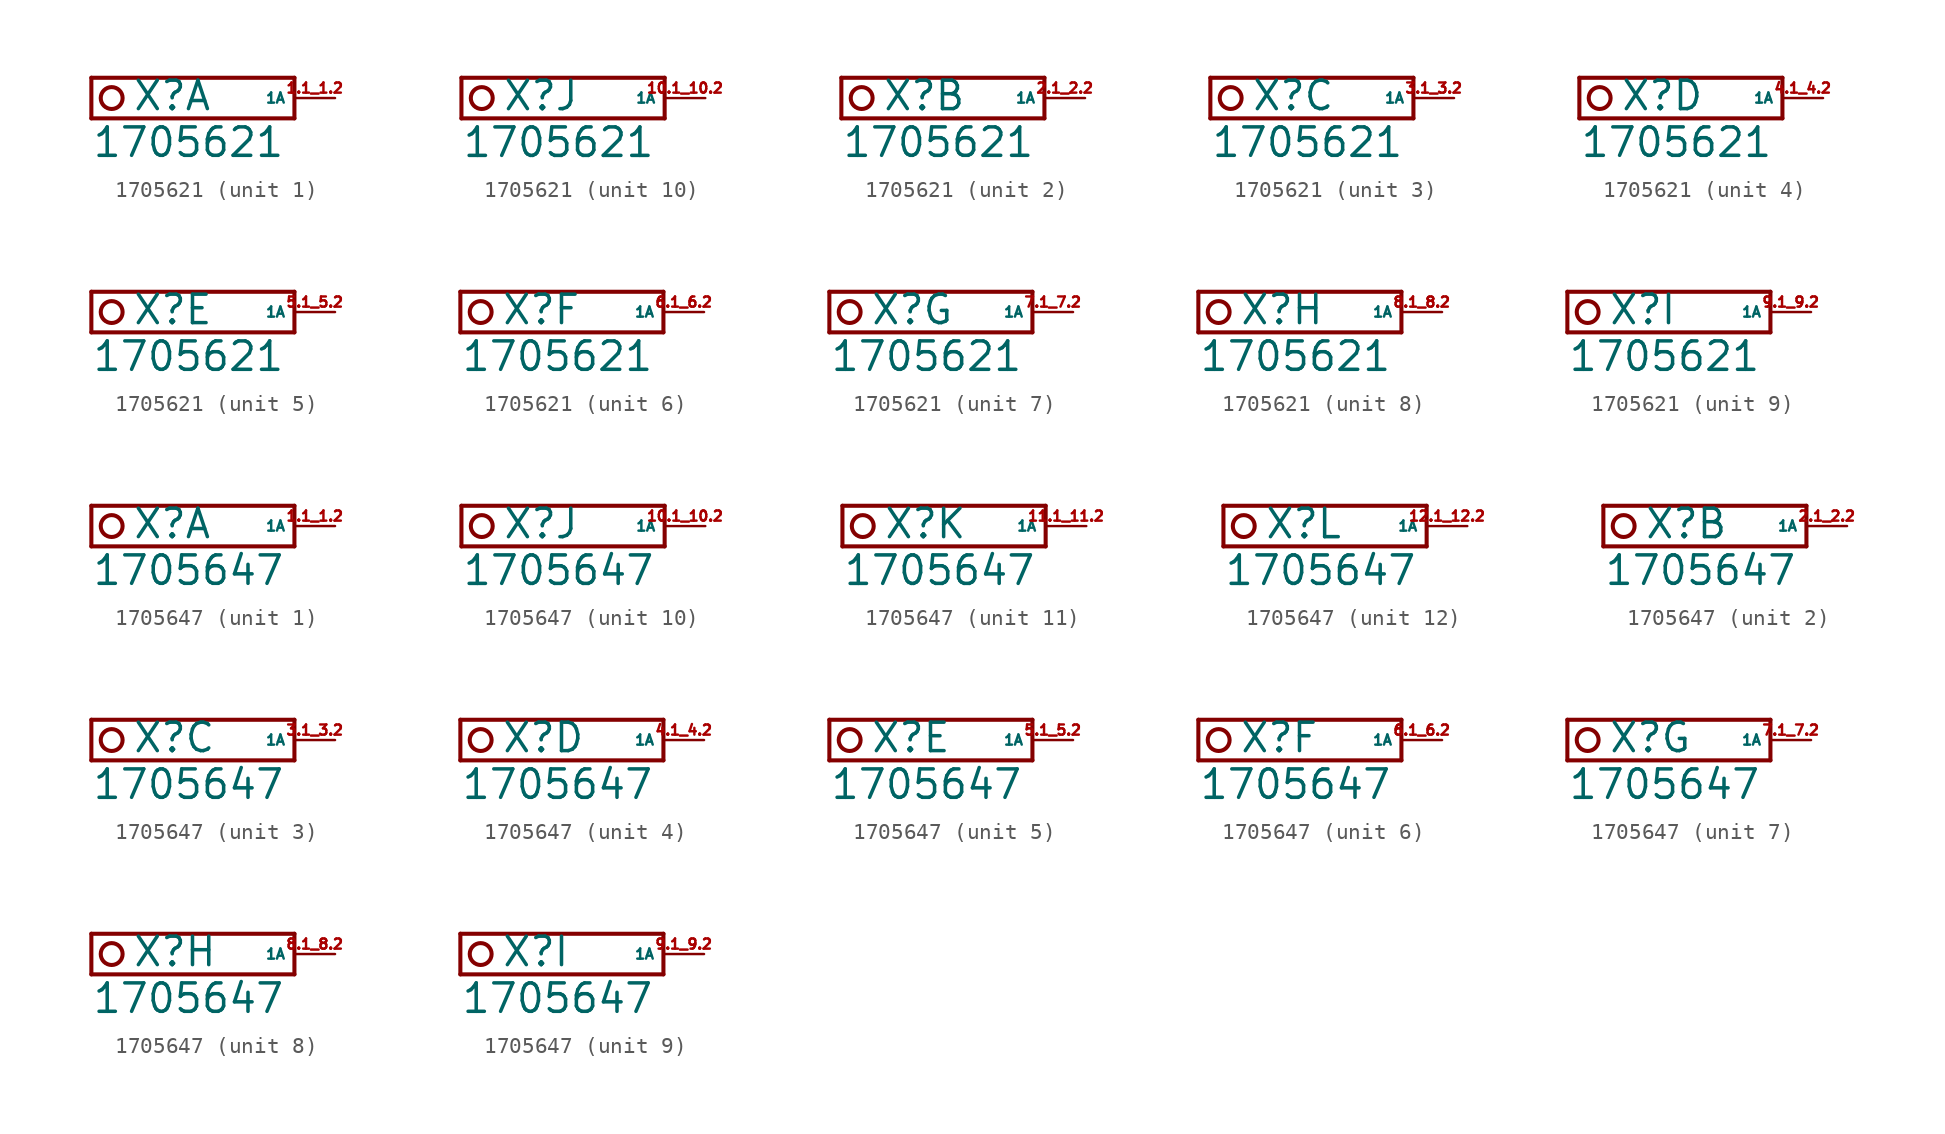
<source format=kicad_sym>
(kicad_symbol_lib
  (version 20220914)
  (generator Eagle2Kicad)
  (symbol "1705621"
    (property "Reference" "X"
      (at -10.16 -0.889 0)
      (effects (font (size 1.778 1.778) (thickness 0.22)) (justify left bottom)))
    (property "Value" "1705621"
      (at -12.7 -3.81 0)
      (effects (font (size 1.778 1.778) (thickness 0.22)) (justify left bottom)))
    (symbol "1705621_1_0"
      (polyline (pts (xy 0 1.27) (xy 0 -1.27)) (stroke (width 0.254) (type default)) (fill (type none)))
      (polyline (pts (xy -12.7 1.27) (xy 0 1.27)) (stroke (width 0.254) (type default)) (fill (type none)))
      (polyline (pts (xy -12.7 1.27) (xy -12.7 -1.27)) (stroke (width 0.254) (type default)) (fill (type none)))
      (polyline (pts (xy 0 -1.27) (xy -12.7 -1.27)) (stroke (width 0.254) (type default)) (fill (type none)))
      (circle (center -11.43 0) (radius 0.684) (stroke (width 0.254) (type default)) (fill (type none)))
      (pin passive line (at 2.54 0 180) (length 2.54) (name "1A" (effects (font (size 0.635 0.635) (thickness 0.08)) (justify left bottom))) (number "1.1 1.2" (effects (font (size 0.635 0.635) (thickness 0.08)) (justify left bottom)))))
    (symbol "1705621_2_0"
      (polyline (pts (xy 0 1.27) (xy 0 -1.27)) (stroke (width 0.254) (type default)) (fill (type none)))
      (polyline (pts (xy -12.7 1.27) (xy 0 1.27)) (stroke (width 0.254) (type default)) (fill (type none)))
      (polyline (pts (xy -12.7 1.27) (xy -12.7 -1.27)) (stroke (width 0.254) (type default)) (fill (type none)))
      (polyline (pts (xy 0 -1.27) (xy -12.7 -1.27)) (stroke (width 0.254) (type default)) (fill (type none)))
      (circle (center -11.43 0) (radius 0.684) (stroke (width 0.254) (type default)) (fill (type none)))
      (pin passive line (at 2.54 0 180) (length 2.54) (name "1A" (effects (font (size 0.635 0.635) (thickness 0.08)) (justify left bottom))) (number "2.1 2.2" (effects (font (size 0.635 0.635) (thickness 0.08)) (justify left bottom)))))
    (symbol "1705621_3_0"
      (polyline (pts (xy 0 1.27) (xy 0 -1.27)) (stroke (width 0.254) (type default)) (fill (type none)))
      (polyline (pts (xy -12.7 1.27) (xy 0 1.27)) (stroke (width 0.254) (type default)) (fill (type none)))
      (polyline (pts (xy -12.7 1.27) (xy -12.7 -1.27)) (stroke (width 0.254) (type default)) (fill (type none)))
      (polyline (pts (xy 0 -1.27) (xy -12.7 -1.27)) (stroke (width 0.254) (type default)) (fill (type none)))
      (circle (center -11.43 0) (radius 0.684) (stroke (width 0.254) (type default)) (fill (type none)))
      (pin passive line (at 2.54 0 180) (length 2.54) (name "1A" (effects (font (size 0.635 0.635) (thickness 0.08)) (justify left bottom))) (number "3.1 3.2" (effects (font (size 0.635 0.635) (thickness 0.08)) (justify left bottom)))))
    (symbol "1705621_4_0"
      (polyline (pts (xy 0 1.27) (xy 0 -1.27)) (stroke (width 0.254) (type default)) (fill (type none)))
      (polyline (pts (xy -12.7 1.27) (xy 0 1.27)) (stroke (width 0.254) (type default)) (fill (type none)))
      (polyline (pts (xy -12.7 1.27) (xy -12.7 -1.27)) (stroke (width 0.254) (type default)) (fill (type none)))
      (polyline (pts (xy 0 -1.27) (xy -12.7 -1.27)) (stroke (width 0.254) (type default)) (fill (type none)))
      (circle (center -11.43 0) (radius 0.684) (stroke (width 0.254) (type default)) (fill (type none)))
      (pin passive line (at 2.54 0 180) (length 2.54) (name "1A" (effects (font (size 0.635 0.635) (thickness 0.08)) (justify left bottom))) (number "4.1 4.2" (effects (font (size 0.635 0.635) (thickness 0.08)) (justify left bottom)))))
    (symbol "1705621_5_0"
      (polyline (pts (xy 0 1.27) (xy 0 -1.27)) (stroke (width 0.254) (type default)) (fill (type none)))
      (polyline (pts (xy -12.7 1.27) (xy 0 1.27)) (stroke (width 0.254) (type default)) (fill (type none)))
      (polyline (pts (xy -12.7 1.27) (xy -12.7 -1.27)) (stroke (width 0.254) (type default)) (fill (type none)))
      (polyline (pts (xy 0 -1.27) (xy -12.7 -1.27)) (stroke (width 0.254) (type default)) (fill (type none)))
      (circle (center -11.43 0) (radius 0.684) (stroke (width 0.254) (type default)) (fill (type none)))
      (pin passive line (at 2.54 0 180) (length 2.54) (name "1A" (effects (font (size 0.635 0.635) (thickness 0.08)) (justify left bottom))) (number "5.1 5.2" (effects (font (size 0.635 0.635) (thickness 0.08)) (justify left bottom)))))
    (symbol "1705621_6_0"
      (polyline (pts (xy 0 1.27) (xy 0 -1.27)) (stroke (width 0.254) (type default)) (fill (type none)))
      (polyline (pts (xy -12.7 1.27) (xy 0 1.27)) (stroke (width 0.254) (type default)) (fill (type none)))
      (polyline (pts (xy -12.7 1.27) (xy -12.7 -1.27)) (stroke (width 0.254) (type default)) (fill (type none)))
      (polyline (pts (xy 0 -1.27) (xy -12.7 -1.27)) (stroke (width 0.254) (type default)) (fill (type none)))
      (circle (center -11.43 0) (radius 0.684) (stroke (width 0.254) (type default)) (fill (type none)))
      (pin passive line (at 2.54 0 180) (length 2.54) (name "1A" (effects (font (size 0.635 0.635) (thickness 0.08)) (justify left bottom))) (number "6.1 6.2" (effects (font (size 0.635 0.635) (thickness 0.08)) (justify left bottom)))))
    (symbol "1705621_7_0"
      (polyline (pts (xy 0 1.27) (xy 0 -1.27)) (stroke (width 0.254) (type default)) (fill (type none)))
      (polyline (pts (xy -12.7 1.27) (xy 0 1.27)) (stroke (width 0.254) (type default)) (fill (type none)))
      (polyline (pts (xy -12.7 1.27) (xy -12.7 -1.27)) (stroke (width 0.254) (type default)) (fill (type none)))
      (polyline (pts (xy 0 -1.27) (xy -12.7 -1.27)) (stroke (width 0.254) (type default)) (fill (type none)))
      (circle (center -11.43 0) (radius 0.684) (stroke (width 0.254) (type default)) (fill (type none)))
      (pin passive line (at 2.54 0 180) (length 2.54) (name "1A" (effects (font (size 0.635 0.635) (thickness 0.08)) (justify left bottom))) (number "7.1 7.2" (effects (font (size 0.635 0.635) (thickness 0.08)) (justify left bottom)))))
    (symbol "1705621_8_0"
      (polyline (pts (xy 0 1.27) (xy 0 -1.27)) (stroke (width 0.254) (type default)) (fill (type none)))
      (polyline (pts (xy -12.7 1.27) (xy 0 1.27)) (stroke (width 0.254) (type default)) (fill (type none)))
      (polyline (pts (xy -12.7 1.27) (xy -12.7 -1.27)) (stroke (width 0.254) (type default)) (fill (type none)))
      (polyline (pts (xy 0 -1.27) (xy -12.7 -1.27)) (stroke (width 0.254) (type default)) (fill (type none)))
      (circle (center -11.43 0) (radius 0.684) (stroke (width 0.254) (type default)) (fill (type none)))
      (pin passive line (at 2.54 0 180) (length 2.54) (name "1A" (effects (font (size 0.635 0.635) (thickness 0.08)) (justify left bottom))) (number "8.1 8.2" (effects (font (size 0.635 0.635) (thickness 0.08)) (justify left bottom)))))
    (symbol "1705621_9_0"
      (polyline (pts (xy 0 1.27) (xy 0 -1.27)) (stroke (width 0.254) (type default)) (fill (type none)))
      (polyline (pts (xy -12.7 1.27) (xy 0 1.27)) (stroke (width 0.254) (type default)) (fill (type none)))
      (polyline (pts (xy -12.7 1.27) (xy -12.7 -1.27)) (stroke (width 0.254) (type default)) (fill (type none)))
      (polyline (pts (xy 0 -1.27) (xy -12.7 -1.27)) (stroke (width 0.254) (type default)) (fill (type none)))
      (circle (center -11.43 0) (radius 0.684) (stroke (width 0.254) (type default)) (fill (type none)))
      (pin passive line (at 2.54 0 180) (length 2.54) (name "1A" (effects (font (size 0.635 0.635) (thickness 0.08)) (justify left bottom))) (number "9.1 9.2" (effects (font (size 0.635 0.635) (thickness 0.08)) (justify left bottom)))))
    (symbol "1705621_10_0"
      (polyline (pts (xy 0 1.27) (xy 0 -1.27)) (stroke (width 0.254) (type default)) (fill (type none)))
      (polyline (pts (xy -12.7 1.27) (xy 0 1.27)) (stroke (width 0.254) (type default)) (fill (type none)))
      (polyline (pts (xy -12.7 1.27) (xy -12.7 -1.27)) (stroke (width 0.254) (type default)) (fill (type none)))
      (polyline (pts (xy 0 -1.27) (xy -12.7 -1.27)) (stroke (width 0.254) (type default)) (fill (type none)))
      (circle (center -11.43 0) (radius 0.684) (stroke (width 0.254) (type default)) (fill (type none)))
      (pin passive line (at 2.54 0 180) (length 2.54) (name "1A" (effects (font (size 0.635 0.635) (thickness 0.08)) (justify left bottom))) (number "10.1 10.2" (effects (font (size 0.635 0.635) (thickness 0.08)) (justify left bottom))))))
  (symbol "1705647"
    (property "Reference" "X"
      (at -10.16 -0.889 0)
      (effects (font (size 1.778 1.778) (thickness 0.22)) (justify left bottom)))
    (property "Value" "1705647"
      (at -12.7 -3.81 0)
      (effects (font (size 1.778 1.778) (thickness 0.22)) (justify left bottom)))
    (symbol "1705647_1_0"
      (polyline (pts (xy 0 1.27) (xy 0 -1.27)) (stroke (width 0.254) (type default)) (fill (type none)))
      (polyline (pts (xy -12.7 1.27) (xy 0 1.27)) (stroke (width 0.254) (type default)) (fill (type none)))
      (polyline (pts (xy -12.7 1.27) (xy -12.7 -1.27)) (stroke (width 0.254) (type default)) (fill (type none)))
      (polyline (pts (xy 0 -1.27) (xy -12.7 -1.27)) (stroke (width 0.254) (type default)) (fill (type none)))
      (circle (center -11.43 0) (radius 0.684) (stroke (width 0.254) (type default)) (fill (type none)))
      (pin passive line (at 2.54 0 180) (length 2.54) (name "1A" (effects (font (size 0.635 0.635) (thickness 0.08)) (justify left bottom))) (number "1.1 1.2" (effects (font (size 0.635 0.635) (thickness 0.08)) (justify left bottom)))))
    (symbol "1705647_2_0"
      (polyline (pts (xy 0 1.27) (xy 0 -1.27)) (stroke (width 0.254) (type default)) (fill (type none)))
      (polyline (pts (xy -12.7 1.27) (xy 0 1.27)) (stroke (width 0.254) (type default)) (fill (type none)))
      (polyline (pts (xy -12.7 1.27) (xy -12.7 -1.27)) (stroke (width 0.254) (type default)) (fill (type none)))
      (polyline (pts (xy 0 -1.27) (xy -12.7 -1.27)) (stroke (width 0.254) (type default)) (fill (type none)))
      (circle (center -11.43 0) (radius 0.684) (stroke (width 0.254) (type default)) (fill (type none)))
      (pin passive line (at 2.54 0 180) (length 2.54) (name "1A" (effects (font (size 0.635 0.635) (thickness 0.08)) (justify left bottom))) (number "2.1 2.2" (effects (font (size 0.635 0.635) (thickness 0.08)) (justify left bottom)))))
    (symbol "1705647_3_0"
      (polyline (pts (xy 0 1.27) (xy 0 -1.27)) (stroke (width 0.254) (type default)) (fill (type none)))
      (polyline (pts (xy -12.7 1.27) (xy 0 1.27)) (stroke (width 0.254) (type default)) (fill (type none)))
      (polyline (pts (xy -12.7 1.27) (xy -12.7 -1.27)) (stroke (width 0.254) (type default)) (fill (type none)))
      (polyline (pts (xy 0 -1.27) (xy -12.7 -1.27)) (stroke (width 0.254) (type default)) (fill (type none)))
      (circle (center -11.43 0) (radius 0.684) (stroke (width 0.254) (type default)) (fill (type none)))
      (pin passive line (at 2.54 0 180) (length 2.54) (name "1A" (effects (font (size 0.635 0.635) (thickness 0.08)) (justify left bottom))) (number "3.1 3.2" (effects (font (size 0.635 0.635) (thickness 0.08)) (justify left bottom)))))
    (symbol "1705647_4_0"
      (polyline (pts (xy 0 1.27) (xy 0 -1.27)) (stroke (width 0.254) (type default)) (fill (type none)))
      (polyline (pts (xy -12.7 1.27) (xy 0 1.27)) (stroke (width 0.254) (type default)) (fill (type none)))
      (polyline (pts (xy -12.7 1.27) (xy -12.7 -1.27)) (stroke (width 0.254) (type default)) (fill (type none)))
      (polyline (pts (xy 0 -1.27) (xy -12.7 -1.27)) (stroke (width 0.254) (type default)) (fill (type none)))
      (circle (center -11.43 0) (radius 0.684) (stroke (width 0.254) (type default)) (fill (type none)))
      (pin passive line (at 2.54 0 180) (length 2.54) (name "1A" (effects (font (size 0.635 0.635) (thickness 0.08)) (justify left bottom))) (number "4.1 4.2" (effects (font (size 0.635 0.635) (thickness 0.08)) (justify left bottom)))))
    (symbol "1705647_5_0"
      (polyline (pts (xy 0 1.27) (xy 0 -1.27)) (stroke (width 0.254) (type default)) (fill (type none)))
      (polyline (pts (xy -12.7 1.27) (xy 0 1.27)) (stroke (width 0.254) (type default)) (fill (type none)))
      (polyline (pts (xy -12.7 1.27) (xy -12.7 -1.27)) (stroke (width 0.254) (type default)) (fill (type none)))
      (polyline (pts (xy 0 -1.27) (xy -12.7 -1.27)) (stroke (width 0.254) (type default)) (fill (type none)))
      (circle (center -11.43 0) (radius 0.684) (stroke (width 0.254) (type default)) (fill (type none)))
      (pin passive line (at 2.54 0 180) (length 2.54) (name "1A" (effects (font (size 0.635 0.635) (thickness 0.08)) (justify left bottom))) (number "5.1 5.2" (effects (font (size 0.635 0.635) (thickness 0.08)) (justify left bottom)))))
    (symbol "1705647_6_0"
      (polyline (pts (xy 0 1.27) (xy 0 -1.27)) (stroke (width 0.254) (type default)) (fill (type none)))
      (polyline (pts (xy -12.7 1.27) (xy 0 1.27)) (stroke (width 0.254) (type default)) (fill (type none)))
      (polyline (pts (xy -12.7 1.27) (xy -12.7 -1.27)) (stroke (width 0.254) (type default)) (fill (type none)))
      (polyline (pts (xy 0 -1.27) (xy -12.7 -1.27)) (stroke (width 0.254) (type default)) (fill (type none)))
      (circle (center -11.43 0) (radius 0.684) (stroke (width 0.254) (type default)) (fill (type none)))
      (pin passive line (at 2.54 0 180) (length 2.54) (name "1A" (effects (font (size 0.635 0.635) (thickness 0.08)) (justify left bottom))) (number "6.1 6.2" (effects (font (size 0.635 0.635) (thickness 0.08)) (justify left bottom)))))
    (symbol "1705647_7_0"
      (polyline (pts (xy 0 1.27) (xy 0 -1.27)) (stroke (width 0.254) (type default)) (fill (type none)))
      (polyline (pts (xy -12.7 1.27) (xy 0 1.27)) (stroke (width 0.254) (type default)) (fill (type none)))
      (polyline (pts (xy -12.7 1.27) (xy -12.7 -1.27)) (stroke (width 0.254) (type default)) (fill (type none)))
      (polyline (pts (xy 0 -1.27) (xy -12.7 -1.27)) (stroke (width 0.254) (type default)) (fill (type none)))
      (circle (center -11.43 0) (radius 0.684) (stroke (width 0.254) (type default)) (fill (type none)))
      (pin passive line (at 2.54 0 180) (length 2.54) (name "1A" (effects (font (size 0.635 0.635) (thickness 0.08)) (justify left bottom))) (number "7.1 7.2" (effects (font (size 0.635 0.635) (thickness 0.08)) (justify left bottom)))))
    (symbol "1705647_8_0"
      (polyline (pts (xy 0 1.27) (xy 0 -1.27)) (stroke (width 0.254) (type default)) (fill (type none)))
      (polyline (pts (xy -12.7 1.27) (xy 0 1.27)) (stroke (width 0.254) (type default)) (fill (type none)))
      (polyline (pts (xy -12.7 1.27) (xy -12.7 -1.27)) (stroke (width 0.254) (type default)) (fill (type none)))
      (polyline (pts (xy 0 -1.27) (xy -12.7 -1.27)) (stroke (width 0.254) (type default)) (fill (type none)))
      (circle (center -11.43 0) (radius 0.684) (stroke (width 0.254) (type default)) (fill (type none)))
      (pin passive line (at 2.54 0 180) (length 2.54) (name "1A" (effects (font (size 0.635 0.635) (thickness 0.08)) (justify left bottom))) (number "8.1 8.2" (effects (font (size 0.635 0.635) (thickness 0.08)) (justify left bottom)))))
    (symbol "1705647_9_0"
      (polyline (pts (xy 0 1.27) (xy 0 -1.27)) (stroke (width 0.254) (type default)) (fill (type none)))
      (polyline (pts (xy -12.7 1.27) (xy 0 1.27)) (stroke (width 0.254) (type default)) (fill (type none)))
      (polyline (pts (xy -12.7 1.27) (xy -12.7 -1.27)) (stroke (width 0.254) (type default)) (fill (type none)))
      (polyline (pts (xy 0 -1.27) (xy -12.7 -1.27)) (stroke (width 0.254) (type default)) (fill (type none)))
      (circle (center -11.43 0) (radius 0.684) (stroke (width 0.254) (type default)) (fill (type none)))
      (pin passive line (at 2.54 0 180) (length 2.54) (name "1A" (effects (font (size 0.635 0.635) (thickness 0.08)) (justify left bottom))) (number "9.1 9.2" (effects (font (size 0.635 0.635) (thickness 0.08)) (justify left bottom)))))
    (symbol "1705647_10_0"
      (polyline (pts (xy 0 1.27) (xy 0 -1.27)) (stroke (width 0.254) (type default)) (fill (type none)))
      (polyline (pts (xy -12.7 1.27) (xy 0 1.27)) (stroke (width 0.254) (type default)) (fill (type none)))
      (polyline (pts (xy -12.7 1.27) (xy -12.7 -1.27)) (stroke (width 0.254) (type default)) (fill (type none)))
      (polyline (pts (xy 0 -1.27) (xy -12.7 -1.27)) (stroke (width 0.254) (type default)) (fill (type none)))
      (circle (center -11.43 0) (radius 0.684) (stroke (width 0.254) (type default)) (fill (type none)))
      (pin passive line (at 2.54 0 180) (length 2.54) (name "1A" (effects (font (size 0.635 0.635) (thickness 0.08)) (justify left bottom))) (number "10.1 10.2" (effects (font (size 0.635 0.635) (thickness 0.08)) (justify left bottom)))))
    (symbol "1705647_11_0"
      (polyline (pts (xy 0 1.27) (xy 0 -1.27)) (stroke (width 0.254) (type default)) (fill (type none)))
      (polyline (pts (xy -12.7 1.27) (xy 0 1.27)) (stroke (width 0.254) (type default)) (fill (type none)))
      (polyline (pts (xy -12.7 1.27) (xy -12.7 -1.27)) (stroke (width 0.254) (type default)) (fill (type none)))
      (polyline (pts (xy 0 -1.27) (xy -12.7 -1.27)) (stroke (width 0.254) (type default)) (fill (type none)))
      (circle (center -11.43 0) (radius 0.684) (stroke (width 0.254) (type default)) (fill (type none)))
      (pin passive line (at 2.54 0 180) (length 2.54) (name "1A" (effects (font (size 0.635 0.635) (thickness 0.08)) (justify left bottom))) (number "11.1 11.2" (effects (font (size 0.635 0.635) (thickness 0.08)) (justify left bottom)))))
    (symbol "1705647_12_0"
      (polyline (pts (xy 0 1.27) (xy 0 -1.27)) (stroke (width 0.254) (type default)) (fill (type none)))
      (polyline (pts (xy -12.7 1.27) (xy 0 1.27)) (stroke (width 0.254) (type default)) (fill (type none)))
      (polyline (pts (xy -12.7 1.27) (xy -12.7 -1.27)) (stroke (width 0.254) (type default)) (fill (type none)))
      (polyline (pts (xy 0 -1.27) (xy -12.7 -1.27)) (stroke (width 0.254) (type default)) (fill (type none)))
      (circle (center -11.43 0) (radius 0.684) (stroke (width 0.254) (type default)) (fill (type none)))
      (pin passive line (at 2.54 0 180) (length 2.54) (name "1A" (effects (font (size 0.635 0.635) (thickness 0.08)) (justify left bottom))) (number "12.1 12.2" (effects (font (size 0.635 0.635) (thickness 0.08)) (justify left bottom)))))))
</source>
